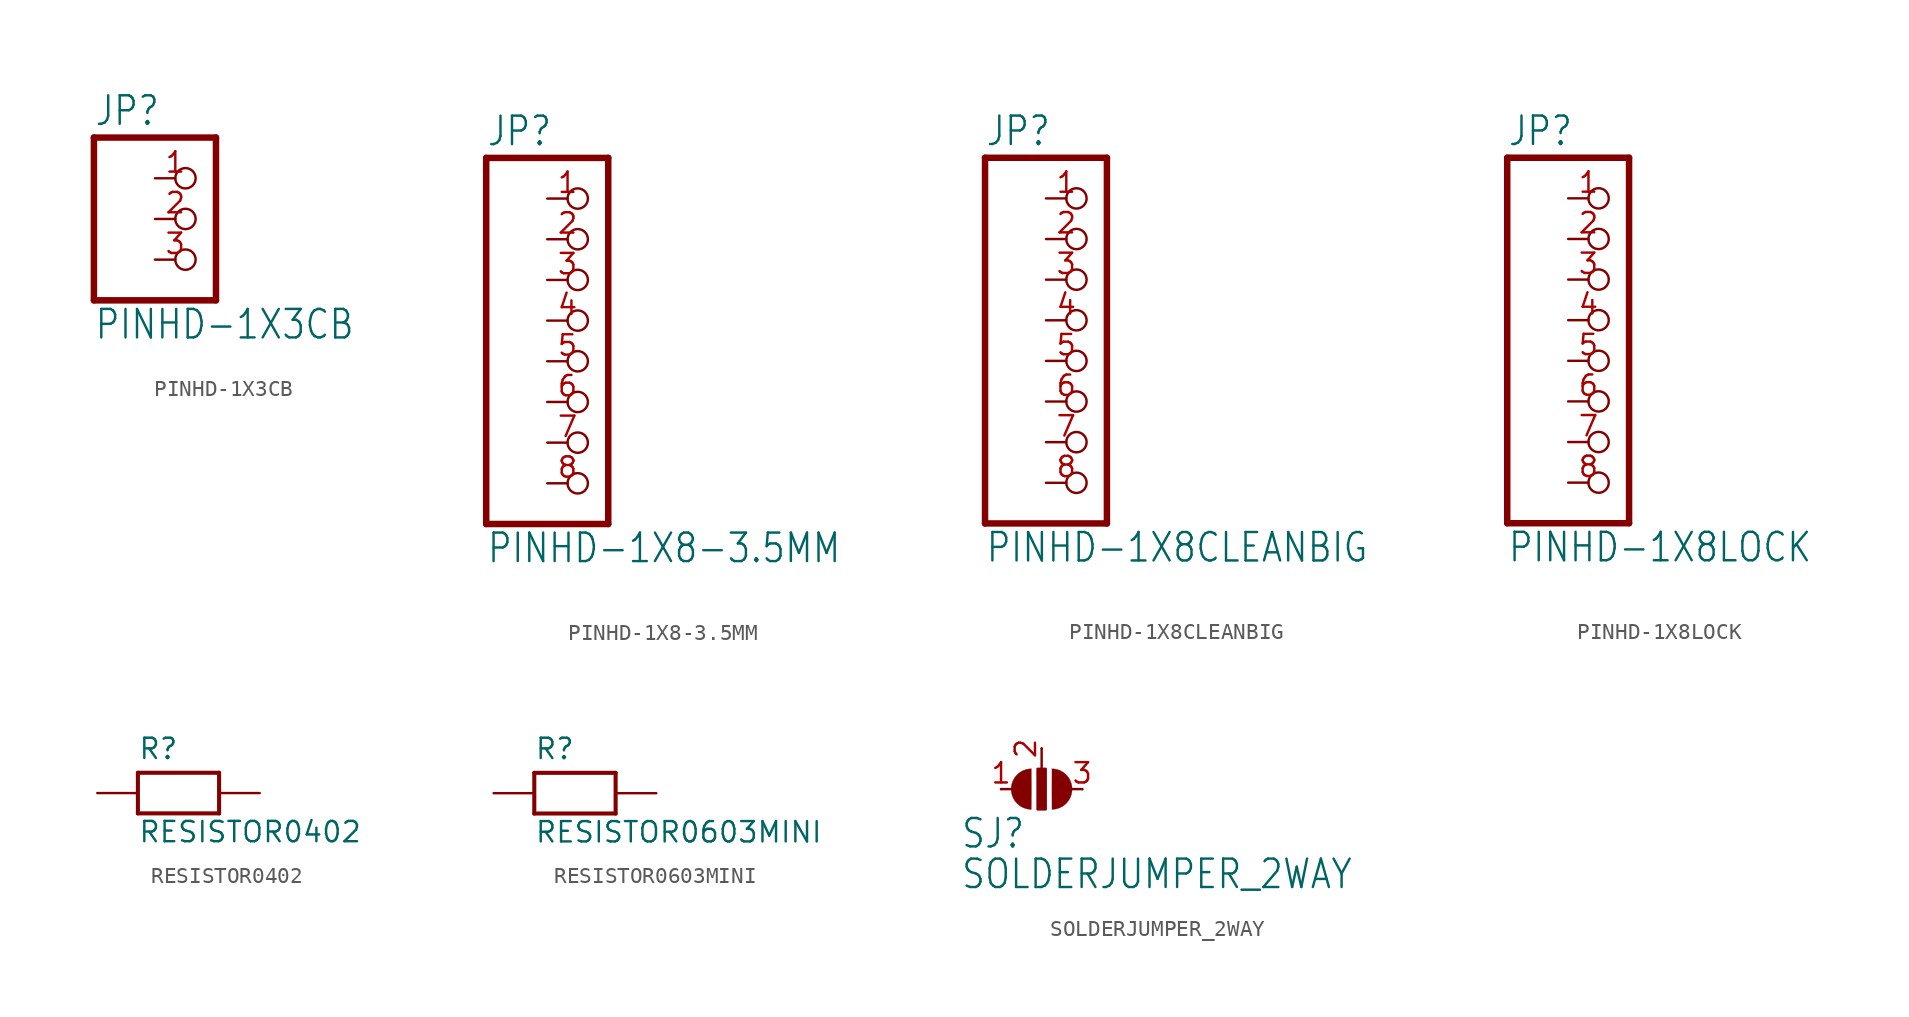
<source format=kicad_sym>
(kicad_symbol_lib
  (version 20211014)
  (generator kicad_symbol_editor)
  (symbol "PINHD-1X3CB"
    (property "Reference" "JP"
      (at -6.35 5.715 0)
      (effects (font (size 1.778 1.511)) (justify left bottom)))
    (property "Value" "PINHD-1X3CB"
      (at -6.35 -7.62 0)
      (effects (font (size 1.778 1.511)) (justify left bottom)))
    (property "ki_locked" ""
      (at 0 0 0)
      (effects (font (size 1.27 1.27))))
    (symbol "PINHD-1X3CB_1_0"
      (polyline (pts (xy -6.35 -5.08) (xy 1.27 -5.08)) (stroke (width 0.406) (type default) (color 0 0 0 0)) (fill (type none)))
      (polyline (pts (xy -6.35 5.08) (xy -6.35 -5.08)) (stroke (width 0.406) (type default) (color 0 0 0 0)) (fill (type none)))
      (polyline (pts (xy 1.27 -5.08) (xy 1.27 5.08)) (stroke (width 0.406) (type default) (color 0 0 0 0)) (fill (type none)))
      (polyline (pts (xy 1.27 5.08) (xy -6.35 5.08)) (stroke (width 0.406) (type default) (color 0 0 0 0)) (fill (type none)))
      (pin passive inverted (at -2.54 2.54 0) (length 2.54) (name "1" (effects (font (size 0 0)))) (number "1" (effects (font (size 1.27 1.27)))))
      (pin passive inverted (at -2.54 0 0) (length 2.54) (name "2" (effects (font (size 0 0)))) (number "2" (effects (font (size 1.27 1.27)))))
      (pin passive inverted (at -2.54 -2.54 0) (length 2.54) (name "3" (effects (font (size 0 0)))) (number "3" (effects (font (size 1.27 1.27)))))))
  (symbol "PINHD-1X8-3.5MM"
    (property "Reference" "JP"
      (at -6.35 10.795 0)
      (effects (font (size 1.778 1.511)) (justify left bottom)))
    (property "Value" "PINHD-1X8-3.5MM"
      (at -6.35 -15.24 0)
      (effects (font (size 1.778 1.511)) (justify left bottom)))
    (property "ki_locked" ""
      (at 0 0 0)
      (effects (font (size 1.27 1.27))))
    (symbol "PINHD-1X8-3.5MM_1_0"
      (polyline (pts (xy -6.35 -12.7) (xy 1.27 -12.7)) (stroke (width 0.406) (type default) (color 0 0 0 0)) (fill (type none)))
      (polyline (pts (xy -6.35 10.16) (xy -6.35 -12.7)) (stroke (width 0.406) (type default) (color 0 0 0 0)) (fill (type none)))
      (polyline (pts (xy 1.27 -12.7) (xy 1.27 10.16)) (stroke (width 0.406) (type default) (color 0 0 0 0)) (fill (type none)))
      (polyline (pts (xy 1.27 10.16) (xy -6.35 10.16)) (stroke (width 0.406) (type default) (color 0 0 0 0)) (fill (type none)))
      (pin passive inverted (at -2.54 7.62 0) (length 2.54) (name "1" (effects (font (size 0 0)))) (number "1" (effects (font (size 1.27 1.27)))))
      (pin passive inverted (at -2.54 5.08 0) (length 2.54) (name "2" (effects (font (size 0 0)))) (number "2" (effects (font (size 1.27 1.27)))))
      (pin passive inverted (at -2.54 2.54 0) (length 2.54) (name "3" (effects (font (size 0 0)))) (number "3" (effects (font (size 1.27 1.27)))))
      (pin passive inverted (at -2.54 0 0) (length 2.54) (name "4" (effects (font (size 0 0)))) (number "4" (effects (font (size 1.27 1.27)))))
      (pin passive inverted (at -2.54 -2.54 0) (length 2.54) (name "5" (effects (font (size 0 0)))) (number "5" (effects (font (size 1.27 1.27)))))
      (pin passive inverted (at -2.54 -5.08 0) (length 2.54) (name "6" (effects (font (size 0 0)))) (number "6" (effects (font (size 1.27 1.27)))))
      (pin passive inverted (at -2.54 -7.62 0) (length 2.54) (name "7" (effects (font (size 0 0)))) (number "7" (effects (font (size 1.27 1.27)))))
      (pin passive inverted (at -2.54 -10.16 0) (length 2.54) (name "8" (effects (font (size 0 0)))) (number "8" (effects (font (size 1.27 1.27)))))))
  (symbol "PINHD-1X8CLEANBIG"
    (property "Reference" "JP"
      (at -6.35 10.795 0)
      (effects (font (size 1.778 1.511)) (justify left bottom)))
    (property "Value" "PINHD-1X8CLEANBIG"
      (at -6.35 -15.24 0)
      (effects (font (size 1.778 1.511)) (justify left bottom)))
    (property "ki_locked" ""
      (at 0 0 0)
      (effects (font (size 1.27 1.27))))
    (symbol "PINHD-1X8CLEANBIG_1_0"
      (polyline (pts (xy -6.35 -12.7) (xy 1.27 -12.7)) (stroke (width 0.406) (type default) (color 0 0 0 0)) (fill (type none)))
      (polyline (pts (xy -6.35 10.16) (xy -6.35 -12.7)) (stroke (width 0.406) (type default) (color 0 0 0 0)) (fill (type none)))
      (polyline (pts (xy 1.27 -12.7) (xy 1.27 10.16)) (stroke (width 0.406) (type default) (color 0 0 0 0)) (fill (type none)))
      (polyline (pts (xy 1.27 10.16) (xy -6.35 10.16)) (stroke (width 0.406) (type default) (color 0 0 0 0)) (fill (type none)))
      (pin passive inverted (at -2.54 7.62 0) (length 2.54) (name "1" (effects (font (size 0 0)))) (number "1" (effects (font (size 1.27 1.27)))))
      (pin passive inverted (at -2.54 5.08 0) (length 2.54) (name "2" (effects (font (size 0 0)))) (number "2" (effects (font (size 1.27 1.27)))))
      (pin passive inverted (at -2.54 2.54 0) (length 2.54) (name "3" (effects (font (size 0 0)))) (number "3" (effects (font (size 1.27 1.27)))))
      (pin passive inverted (at -2.54 0 0) (length 2.54) (name "4" (effects (font (size 0 0)))) (number "4" (effects (font (size 1.27 1.27)))))
      (pin passive inverted (at -2.54 -2.54 0) (length 2.54) (name "5" (effects (font (size 0 0)))) (number "5" (effects (font (size 1.27 1.27)))))
      (pin passive inverted (at -2.54 -5.08 0) (length 2.54) (name "6" (effects (font (size 0 0)))) (number "6" (effects (font (size 1.27 1.27)))))
      (pin passive inverted (at -2.54 -7.62 0) (length 2.54) (name "7" (effects (font (size 0 0)))) (number "7" (effects (font (size 1.27 1.27)))))
      (pin passive inverted (at -2.54 -10.16 0) (length 2.54) (name "8" (effects (font (size 0 0)))) (number "8" (effects (font (size 1.27 1.27)))))))
  (symbol "PINHD-1X8LOCK"
    (property "Reference" "JP"
      (at -6.35 10.795 0)
      (effects (font (size 1.778 1.511)) (justify left bottom)))
    (property "Value" "PINHD-1X8LOCK"
      (at -6.35 -15.24 0)
      (effects (font (size 1.778 1.511)) (justify left bottom)))
    (property "ki_locked" ""
      (at 0 0 0)
      (effects (font (size 1.27 1.27))))
    (symbol "PINHD-1X8LOCK_1_0"
      (polyline (pts (xy -6.35 -12.7) (xy 1.27 -12.7)) (stroke (width 0.406) (type default) (color 0 0 0 0)) (fill (type none)))
      (polyline (pts (xy -6.35 10.16) (xy -6.35 -12.7)) (stroke (width 0.406) (type default) (color 0 0 0 0)) (fill (type none)))
      (polyline (pts (xy 1.27 -12.7) (xy 1.27 10.16)) (stroke (width 0.406) (type default) (color 0 0 0 0)) (fill (type none)))
      (polyline (pts (xy 1.27 10.16) (xy -6.35 10.16)) (stroke (width 0.406) (type default) (color 0 0 0 0)) (fill (type none)))
      (pin passive inverted (at -2.54 7.62 0) (length 2.54) (name "1" (effects (font (size 0 0)))) (number "1" (effects (font (size 1.27 1.27)))))
      (pin passive inverted (at -2.54 5.08 0) (length 2.54) (name "2" (effects (font (size 0 0)))) (number "2" (effects (font (size 1.27 1.27)))))
      (pin passive inverted (at -2.54 2.54 0) (length 2.54) (name "3" (effects (font (size 0 0)))) (number "3" (effects (font (size 1.27 1.27)))))
      (pin passive inverted (at -2.54 0 0) (length 2.54) (name "4" (effects (font (size 0 0)))) (number "4" (effects (font (size 1.27 1.27)))))
      (pin passive inverted (at -2.54 -2.54 0) (length 2.54) (name "5" (effects (font (size 0 0)))) (number "5" (effects (font (size 1.27 1.27)))))
      (pin passive inverted (at -2.54 -5.08 0) (length 2.54) (name "6" (effects (font (size 0 0)))) (number "6" (effects (font (size 1.27 1.27)))))
      (pin passive inverted (at -2.54 -7.62 0) (length 2.54) (name "7" (effects (font (size 0 0)))) (number "7" (effects (font (size 1.27 1.27)))))
      (pin passive inverted (at -2.54 -10.16 0) (length 2.54) (name "8" (effects (font (size 0 0)))) (number "8" (effects (font (size 1.27 1.27)))))))
  (symbol "RESISTOR0402"
    (property "Reference" "R"
      (at -2.54 2.032 0)
      (effects (font (size 1.27 1.27)) (justify left bottom)))
    (property "Value" "RESISTOR0402"
      (at -2.54 -3.175 0)
      (effects (font (size 1.27 1.27)) (justify left bottom)))
    (property "ki_locked" ""
      (at 0 0 0)
      (effects (font (size 1.27 1.27))))
    (symbol "RESISTOR0402_1_0"
      (polyline (pts (xy -2.54 -1.27) (xy -2.54 1.27)) (stroke (width 0.254) (type default) (color 0 0 0 0)) (fill (type none)))
      (polyline (pts (xy -2.54 1.27) (xy 2.54 1.27)) (stroke (width 0.254) (type default) (color 0 0 0 0)) (fill (type none)))
      (polyline (pts (xy 2.54 -1.27) (xy -2.54 -1.27)) (stroke (width 0.254) (type default) (color 0 0 0 0)) (fill (type none)))
      (polyline (pts (xy 2.54 1.27) (xy 2.54 -1.27)) (stroke (width 0.254) (type default) (color 0 0 0 0)) (fill (type none)))
      (pin passive line (at -5.08 0 0) (length 2.54) (name "1" (effects (font (size 0 0)))) (number "1" (effects (font (size 0 0)))))
      (pin passive line (at 5.08 0 180) (length 2.54) (name "2" (effects (font (size 0 0)))) (number "2" (effects (font (size 0 0)))))))
  (symbol "RESISTOR0603MINI"
    (property "Reference" "R"
      (at -2.54 2.032 0)
      (effects (font (size 1.27 1.27)) (justify left bottom)))
    (property "Value" "RESISTOR0603MINI"
      (at -2.54 -3.175 0)
      (effects (font (size 1.27 1.27)) (justify left bottom)))
    (property "ki_locked" ""
      (at 0 0 0)
      (effects (font (size 1.27 1.27))))
    (symbol "RESISTOR0603MINI_1_0"
      (polyline (pts (xy -2.54 -1.27) (xy -2.54 1.27)) (stroke (width 0.254) (type default) (color 0 0 0 0)) (fill (type none)))
      (polyline (pts (xy -2.54 1.27) (xy 2.54 1.27)) (stroke (width 0.254) (type default) (color 0 0 0 0)) (fill (type none)))
      (polyline (pts (xy 2.54 -1.27) (xy -2.54 -1.27)) (stroke (width 0.254) (type default) (color 0 0 0 0)) (fill (type none)))
      (polyline (pts (xy 2.54 1.27) (xy 2.54 -1.27)) (stroke (width 0.254) (type default) (color 0 0 0 0)) (fill (type none)))
      (pin passive line (at -5.08 0 0) (length 2.54) (name "1" (effects (font (size 0 0)))) (number "1" (effects (font (size 0 0)))))
      (pin passive line (at 5.08 0 180) (length 2.54) (name "2" (effects (font (size 0 0)))) (number "2" (effects (font (size 0 0)))))))
  (symbol "SOLDERJUMPER_2WAY"
    (property "Reference" "SJ"
      (at -5.08 -3.81 0)
      (effects (font (size 1.778 1.511)) (justify left bottom)))
    (property "Value" "SOLDERJUMPER_2WAY"
      (at -5.08 -6.35 0)
      (effects (font (size 1.778 1.511)) (justify left bottom)))
    (property "ki_locked" ""
      (at 0 0 0)
      (effects (font (size 1.27 1.27))))
    (symbol "SOLDERJUMPER_2WAY_1_0"
      (arc (start -0.635 1.27) (mid -1.905 0) (end -0.635 -1.27) (stroke (width 0.0001) (type default) (color 0 0 0 0)) (fill (type outline)))
      (rectangle (start -0.254 -1.27) (end 0.254 1.27) (stroke (width 0) (type default) (color 0 0 0 0)) (fill (type outline)))
      (polyline (pts (xy -2.54 0) (xy -1.651 0)) (stroke (width 0.152) (type default) (color 0 0 0 0)) (fill (type none)))
      (polyline (pts (xy 0 2.54) (xy 0 0.381)) (stroke (width 0.152) (type default) (color 0 0 0 0)) (fill (type none)))
      (polyline (pts (xy 2.54 0) (xy 1.651 0)) (stroke (width 0.152) (type default) (color 0 0 0 0)) (fill (type none)))
      (arc (start 0.635 -1.27) (mid 1.905 0) (end 0.635 1.27) (stroke (width 0.0001) (type default) (color 0 0 0 0)) (fill (type outline)))
      (pin passive line (at -2.54 0 0) (length 0) (name "1" (effects (font (size 0 0)))) (number "1" (effects (font (size 1.27 1.27)))))
      (pin passive line (at 0 2.54 270) (length 0) (name "2" (effects (font (size 0 0)))) (number "2" (effects (font (size 1.27 1.27)))))
      (pin passive line (at 2.54 0 180) (length 0) (name "3" (effects (font (size 0 0)))) (number "3" (effects (font (size 1.27 1.27))))))))
</source>
